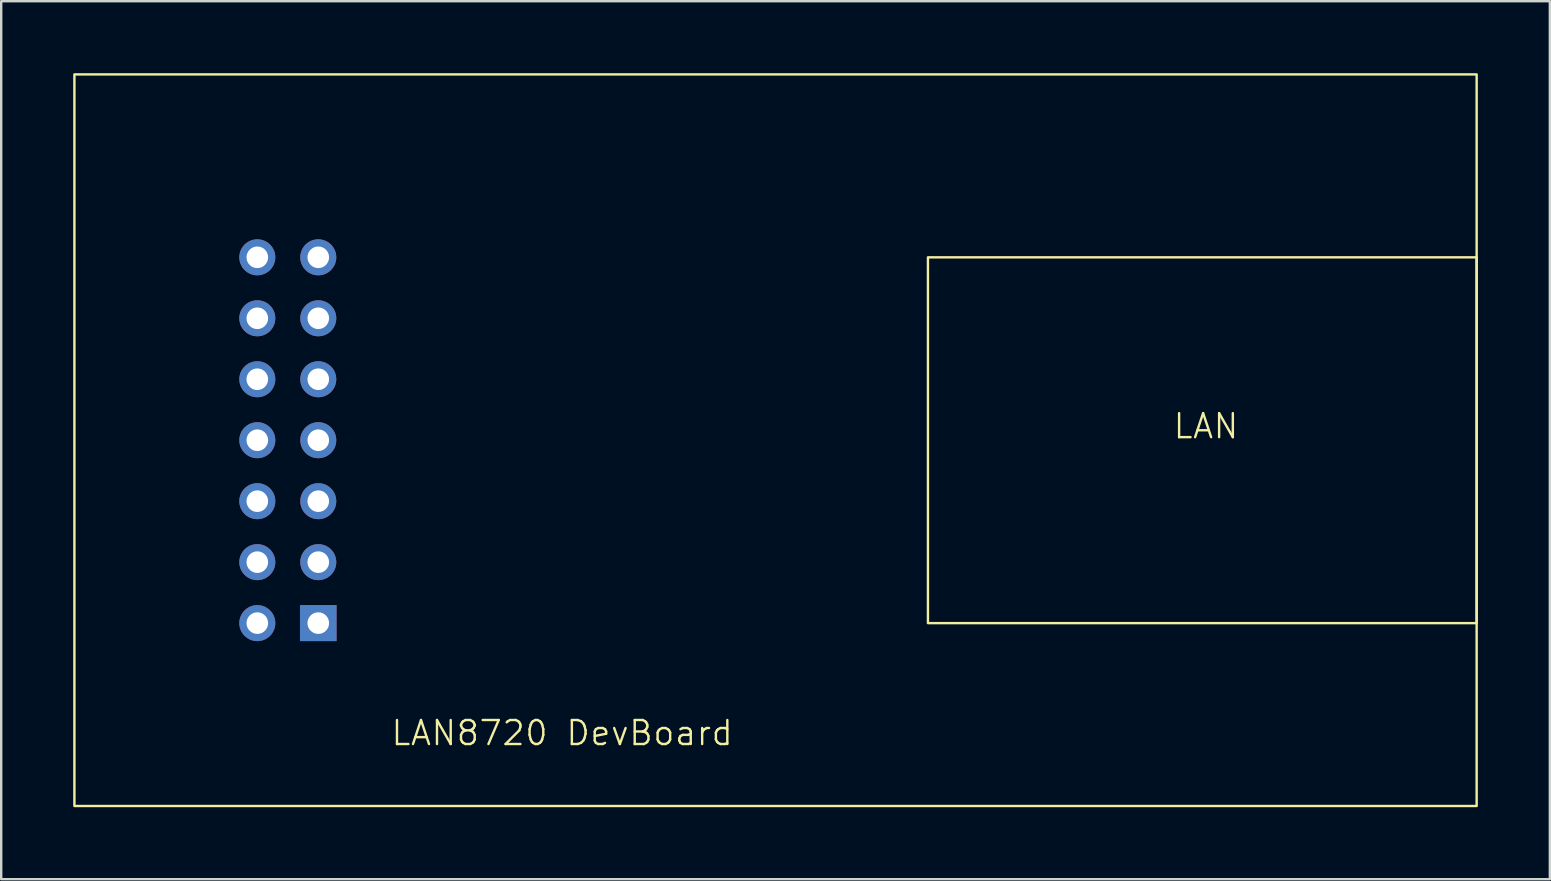
<source format=kicad_pcb>
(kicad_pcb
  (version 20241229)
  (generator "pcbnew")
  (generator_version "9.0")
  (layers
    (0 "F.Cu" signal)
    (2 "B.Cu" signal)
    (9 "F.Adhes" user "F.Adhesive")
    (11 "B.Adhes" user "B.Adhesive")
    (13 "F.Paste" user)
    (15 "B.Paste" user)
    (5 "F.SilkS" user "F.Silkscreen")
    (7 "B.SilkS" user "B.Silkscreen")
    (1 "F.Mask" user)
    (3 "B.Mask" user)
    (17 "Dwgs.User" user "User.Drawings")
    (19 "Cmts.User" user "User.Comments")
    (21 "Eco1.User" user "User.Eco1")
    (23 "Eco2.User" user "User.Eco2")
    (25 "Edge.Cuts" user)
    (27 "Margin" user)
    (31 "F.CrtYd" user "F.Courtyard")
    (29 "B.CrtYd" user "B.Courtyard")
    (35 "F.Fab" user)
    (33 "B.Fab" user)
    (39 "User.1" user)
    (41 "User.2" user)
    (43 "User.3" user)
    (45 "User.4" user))
  (footprint "LAN8720 DevBoard"
    (layer "F.Cu")
    (at 20.37 27.99)
    (property "Reference" "LAN8720 DevBoard" (at 0 -0.5 0) (unlocked yes) (layer "F.SilkS") (effects (font (size 1 1) (thickness 0.1))))
    (attr through_hole)
    (fp_rect (start -20.32 -27.94) (end 38.1 2.54) (stroke (width 0.1) (type default)) (fill no) (layer "F.SilkS"))
    (fp_rect (start 15.24 -20.32) (end 38.1 -5.08) (stroke (width 0.1) (type default)) (fill no) (layer "F.SilkS"))
    (fp_rect (start -17.78 -25.4) (end 38.1 0) (stroke (width 0.1) (type default)) (fill no) (layer "Margin"))
    (fp_text user "LAN" (at 25.4 -12.7 0) (unlocked yes) (layer "F.SilkS") (effects (font (size 1 1) (thickness 0.1)) (justify left bottom)))
    (pad "1" thru_hole rect (at -10.16 -5.08 90) (size 1.5 1.524) (drill 0.9) (layers "*.Cu" "*.Mask"))
    (pad "2" thru_hole circle (at -12.7 -5.08 90) (size 1.5 1.5) (drill 0.9) (layers "*.Cu" "*.Mask"))
    (pad "3" thru_hole circle (at -10.16 -7.62 90) (size 1.5 1.5) (drill 0.9) (layers "*.Cu" "*.Mask"))
    (pad "4" thru_hole circle (at -12.7 -7.62 90) (size 1.5 1.5) (drill 0.9) (layers "*.Cu" "*.Mask"))
    (pad "5" thru_hole circle (at -10.16 -10.16 90) (size 1.5 1.5) (drill 0.9) (layers "*.Cu" "*.Mask"))
    (pad "6" thru_hole circle (at -12.7 -10.16 90) (size 1.5 1.5) (drill 0.9) (layers "*.Cu" "*.Mask"))
    (pad "7" thru_hole circle (at -10.16 -12.7 90) (size 1.5 1.5) (drill 0.9) (layers "*.Cu" "*.Mask"))
    (pad "8" thru_hole circle (at -12.7 -12.7 90) (size 1.5 1.5) (drill 0.9) (layers "*.Cu" "*.Mask"))
    (pad "9" thru_hole circle (at -10.16 -15.24 90) (size 1.5 1.5) (drill 0.9) (layers "*.Cu" "*.Mask"))
    (pad "10" thru_hole circle (at -12.7 -15.24 90) (size 1.5 1.5) (drill 0.9) (layers "*.Cu" "*.Mask"))
    (pad "11" thru_hole circle (at -10.16 -17.78 90) (size 1.5 1.5) (drill 0.9) (layers "*.Cu" "*.Mask"))
    (pad "12" thru_hole circle (at -12.7 -17.78 90) (size 1.5 1.5) (drill 0.9) (layers "*.Cu" "*.Mask"))
    (pad "13" thru_hole circle (at -10.16 -20.32 90) (size 1.5 1.5) (drill 0.9) (layers "*.Cu" "*.Mask"))
    (pad "14" thru_hole circle (at -12.7 -20.32 90) (size 1.5 1.5) (drill 0.9) (layers "*.Cu" "*.Mask")))
  (gr_rect
    (start -3 -3)
    (end 61.52 33.58)
    (stroke (width 0.1) (type default))
    (fill no)
    (layer "Edge.Cuts")))
</source>
